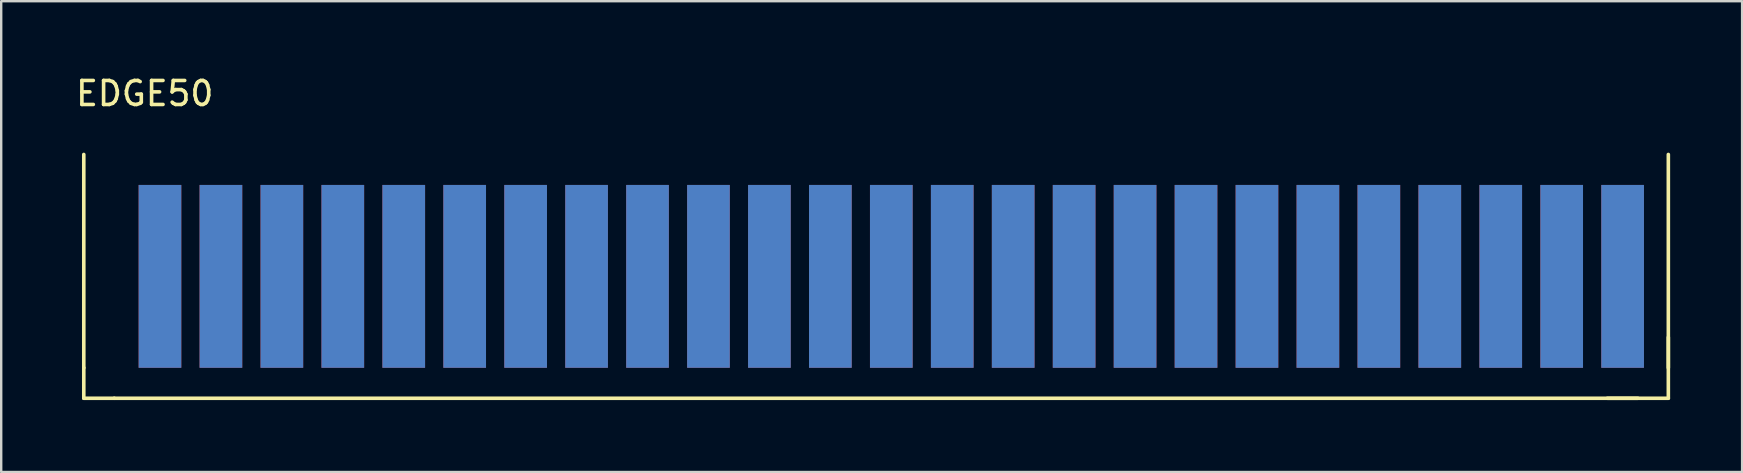
<source format=kicad_pcb>
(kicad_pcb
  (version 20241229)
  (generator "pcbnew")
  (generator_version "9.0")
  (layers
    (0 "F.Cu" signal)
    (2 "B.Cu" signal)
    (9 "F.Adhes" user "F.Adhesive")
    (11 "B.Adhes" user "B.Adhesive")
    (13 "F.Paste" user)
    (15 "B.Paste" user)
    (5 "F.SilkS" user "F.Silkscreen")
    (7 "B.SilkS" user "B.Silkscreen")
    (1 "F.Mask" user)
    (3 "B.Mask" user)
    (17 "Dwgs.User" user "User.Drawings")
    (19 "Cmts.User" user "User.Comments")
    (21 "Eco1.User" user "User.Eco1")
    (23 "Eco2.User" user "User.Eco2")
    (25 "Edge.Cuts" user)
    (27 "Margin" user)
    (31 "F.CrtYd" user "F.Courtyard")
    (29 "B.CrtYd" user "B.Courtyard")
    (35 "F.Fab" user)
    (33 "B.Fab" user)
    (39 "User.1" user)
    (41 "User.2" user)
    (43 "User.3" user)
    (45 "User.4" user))
  (footprint "EDGE50"
    (layer "F.Cu")
    (at 25.842 8.468)
    (property "Reference" "EDGE50" (at -22.86 -7.62 0) (layer "F.SilkS") (effects (font (size 1 1) (thickness 0.15))))
    (attr through_hole)
    (fp_line (start -25.4 3.81) (end -25.4 -5.08) (stroke (width 0.15) (type solid)) (layer "F.SilkS"))
    (fp_line (start -25.4 3.81) (end -25.4 5.08) (stroke (width 0.15) (type solid)) (layer "F.SilkS"))
    (fp_line (start -25.4 5.08) (end -24.13 5.08) (stroke (width 0.15) (type solid)) (layer "F.SilkS"))
    (fp_line (start 39.37 5.08) (end -24.13 5.08) (stroke (width 0.15) (type solid)) (layer "F.SilkS"))
    (fp_line (start 40.64 -5.08) (end 40.64 3.81) (stroke (width 0.15) (type solid)) (layer "F.SilkS"))
    (fp_line (start 40.64 2.54) (end 40.64 5.08) (stroke (width 0.15) (type solid)) (layer "F.SilkS"))
    (fp_line (start 40.64 5.08) (end 38.1 5.08) (stroke (width 0.15) (type solid)) (layer "F.SilkS"))
    (pad "1" connect rect (at 38.735 0 180) (size 1.778 7.62) (layers "F.Cu" "F.Mask"))
    (pad "2" connect rect (at 38.735 0 180) (size 1.778 7.62) (layers "B.Cu" "B.Mask"))
    (pad "3" connect rect (at 36.195 0 180) (size 1.778 7.62) (layers "F.Cu" "F.Mask"))
    (pad "4" connect rect (at 36.195 0 180) (size 1.778 7.62) (layers "B.Cu" "B.Mask"))
    (pad "5" connect rect (at 33.655 0 180) (size 1.778 7.62) (layers "F.Cu" "F.Mask"))
    (pad "6" connect rect (at 33.655 0 180) (size 1.778 7.62) (layers "B.Cu" "B.Mask"))
    (pad "7" connect rect (at 31.115 0 180) (size 1.778 7.62) (layers "F.Cu" "F.Mask"))
    (pad "8" connect rect (at 31.115 0 180) (size 1.778 7.62) (layers "B.Cu" "B.Mask"))
    (pad "9" connect rect (at 28.575 0 180) (size 1.778 7.62) (layers "F.Cu" "F.Mask"))
    (pad "10" connect rect (at 28.575 0 180) (size 1.778 7.62) (layers "B.Cu" "B.Mask"))
    (pad "11" connect rect (at 26.035 0 180) (size 1.778 7.62) (layers "F.Cu" "F.Mask"))
    (pad "12" connect rect (at 26.035 0 180) (size 1.778 7.62) (layers "B.Cu" "B.Mask"))
    (pad "13" connect rect (at 23.495 0 180) (size 1.778 7.62) (layers "F.Cu" "F.Mask"))
    (pad "14" connect rect (at 23.495 0 180) (size 1.778 7.62) (layers "B.Cu" "B.Mask"))
    (pad "15" connect rect (at 20.955 0 180) (size 1.778 7.62) (layers "F.Cu" "F.Mask"))
    (pad "16" connect rect (at 20.955 0 180) (size 1.778 7.62) (layers "B.Cu" "B.Mask"))
    (pad "17" connect rect (at 18.415 0 180) (size 1.778 7.62) (layers "F.Cu" "F.Mask"))
    (pad "18" connect rect (at 18.415 0 180) (size 1.778 7.62) (layers "B.Cu" "B.Mask"))
    (pad "19" connect rect (at 15.875 0 180) (size 1.778 7.62) (layers "F.Cu" "F.Mask"))
    (pad "20" connect rect (at 15.875 0 180) (size 1.778 7.62) (layers "B.Cu" "B.Mask"))
    (pad "21" connect rect (at 13.335 0 180) (size 1.778 7.62) (layers "F.Cu" "F.Mask"))
    (pad "22" connect rect (at 13.335 0 180) (size 1.778 7.62) (layers "B.Cu" "B.Mask"))
    (pad "23" connect rect (at 10.795 0 180) (size 1.778 7.62) (layers "F.Cu" "F.Mask"))
    (pad "24" connect rect (at 10.795 0 180) (size 1.778 7.62) (layers "B.Cu" "B.Mask"))
    (pad "25" connect rect (at 8.255 0 180) (size 1.778 7.62) (layers "F.Cu" "F.Mask"))
    (pad "26" connect rect (at 8.255 0 180) (size 1.778 7.62) (layers "B.Cu" "B.Mask"))
    (pad "27" connect rect (at 5.715 0 180) (size 1.778 7.62) (layers "F.Cu" "F.Mask"))
    (pad "28" connect rect (at 5.715 0 180) (size 1.778 7.62) (layers "B.Cu" "B.Mask"))
    (pad "29" connect rect (at 3.175 0 180) (size 1.778 7.62) (layers "F.Cu" "F.Mask"))
    (pad "30" connect rect (at 3.175 0 180) (size 1.778 7.62) (layers "B.Cu" "B.Mask"))
    (pad "31" connect rect (at 0.635 0 180) (size 1.778 7.62) (layers "F.Cu" "F.Mask"))
    (pad "32" connect rect (at 0.635 0 180) (size 1.778 7.62) (layers "B.Cu" "B.Mask"))
    (pad "33" connect rect (at -1.905 0 180) (size 1.778 7.62) (layers "F.Cu" "F.Mask"))
    (pad "34" connect rect (at -1.905 0 180) (size 1.778 7.62) (layers "B.Cu" "B.Mask"))
    (pad "35" connect rect (at -4.445 0 180) (size 1.778 7.62) (layers "F.Cu" "F.Mask"))
    (pad "36" connect rect (at -4.445 0 180) (size 1.778 7.62) (layers "B.Cu" "B.Mask"))
    (pad "37" connect rect (at -6.985 0 180) (size 1.778 7.62) (layers "F.Cu" "F.Mask"))
    (pad "38" connect rect (at -6.985 0 180) (size 1.778 7.62) (layers "B.Cu" "B.Mask"))
    (pad "39" connect rect (at -9.525 0 180) (size 1.778 7.62) (layers "F.Cu" "F.Mask"))
    (pad "40" connect rect (at -9.525 0 180) (size 1.778 7.62) (layers "B.Cu" "B.Mask"))
    (pad "41" connect rect (at -12.065 0 180) (size 1.778 7.62) (layers "F.Cu" "F.Mask"))
    (pad "42" connect rect (at -12.065 0 180) (size 1.778 7.62) (layers "B.Cu" "B.Mask"))
    (pad "43" connect rect (at -14.605 0 180) (size 1.778 7.62) (layers "F.Cu" "F.Mask"))
    (pad "44" connect rect (at -14.605 0 180) (size 1.778 7.62) (layers "B.Cu" "B.Mask"))
    (pad "45" connect rect (at -17.145 0 180) (size 1.778 7.62) (layers "F.Cu" "F.Mask"))
    (pad "46" connect rect (at -17.145 0 180) (size 1.778 7.62) (layers "B.Cu" "B.Mask"))
    (pad "47" connect rect (at -19.685 0 180) (size 1.778 7.62) (layers "F.Cu" "F.Mask"))
    (pad "48" connect rect (at -19.685 0 180) (size 1.778 7.62) (layers "B.Cu" "B.Mask"))
    (pad "49" connect rect (at -22.225 0 180) (size 1.778 7.62) (layers "F.Cu" "F.Mask"))
    (pad "50" connect rect (at -22.225 0 180) (size 1.778 7.62) (layers "B.Cu" "B.Mask")))
  (gr_rect
    (start -3 -3)
    (end 69.557 16.623)
    (stroke (width 0.1) (type default))
    (fill no)
    (layer "Edge.Cuts")))
</source>
